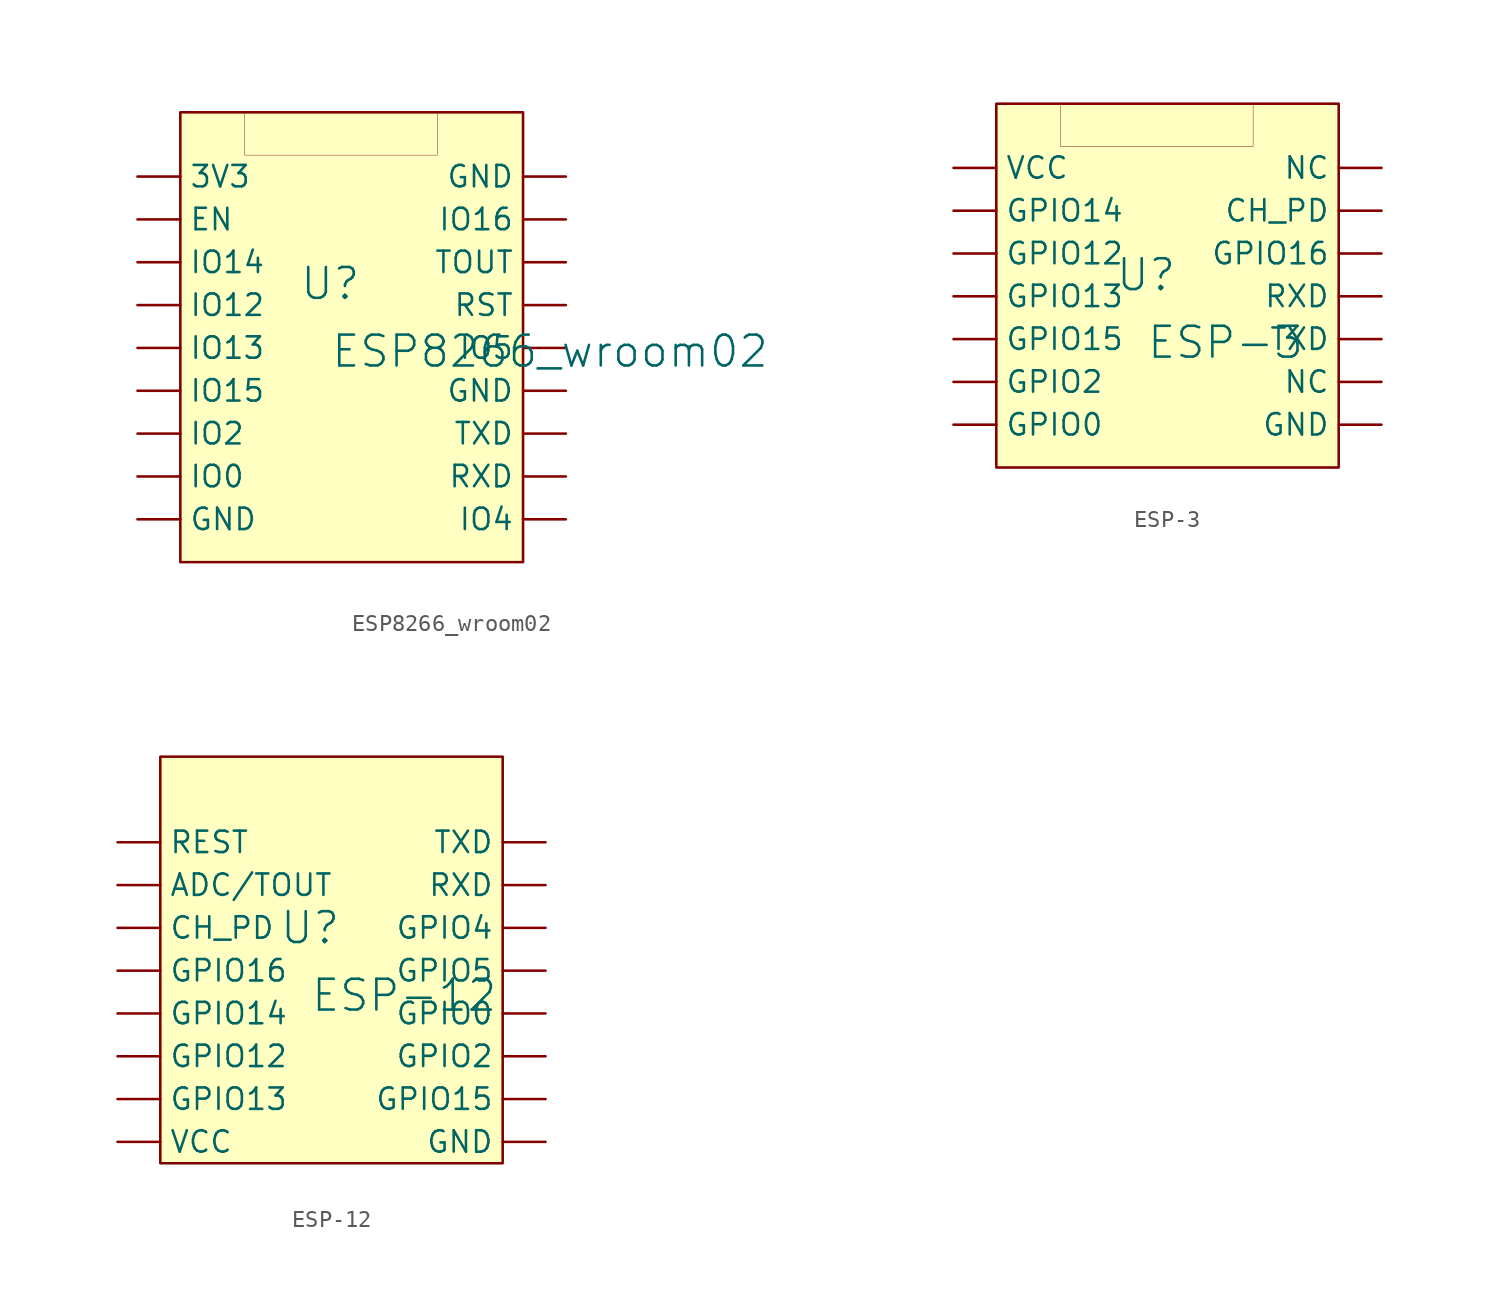
<source format=kicad_sym>
(kicad_symbol_lib
  (version 20241209)
  (generator "kicad_symbol_editor")
  (generator_version "9.0")
  (symbol "ESP8266_wroom02"
    (pin_numbers
      (hide yes))
    (property "Reference" "U"
      (at -1.27 1.27 0)
      (effects (font (size 1.829 1.829))))
    (property "Value" "ESP8266_wroom02"
      (at -1.27 -3.81 0)
      (effects (font (size 1.829 1.829)) (justify left bottom)))
    (symbol "ESP8266_wroom02_1_0"
      (rectangle (start 5.08 11.43) (end -6.35 8.89) (stroke (width 0.025) (type solid) (color 128 0 0 1)) (fill (type color) (color 0 0 180 1)))
      (rectangle (start 10.16 11.43) (end -10.16 -15.24) (stroke (width 0) (type solid) (color 128 0 0 1)) (fill (type background)))
      (pin passive line (at -12.7 7.62 0) (length 2.54) (name "3V3" (effects (font (size 1.27 1.27)))) (number "1" (effects (font (size 1.27 1.27)))))
      (pin passive line (at -12.7 5.08 0) (length 2.54) (name "EN" (effects (font (size 1.27 1.27)))) (number "2" (effects (font (size 1.27 1.27)))))
      (pin passive line (at -12.7 2.54 0) (length 2.54) (name "IO14" (effects (font (size 1.27 1.27)))) (number "3" (effects (font (size 1.27 1.27)))))
      (pin passive line (at -12.7 0 0) (length 2.54) (name "IO12" (effects (font (size 1.27 1.27)))) (number "4" (effects (font (size 1.27 1.27)))))
      (pin passive line (at -12.7 -2.54 0) (length 2.54) (name "IO13" (effects (font (size 1.27 1.27)))) (number "5" (effects (font (size 1.27 1.27)))))
      (pin passive line (at -12.7 -5.08 0) (length 2.54) (name "IO15" (effects (font (size 1.27 1.27)))) (number "6" (effects (font (size 1.27 1.27)))))
      (pin passive line (at -12.7 -7.62 0) (length 2.54) (name "IO2" (effects (font (size 1.27 1.27)))) (number "7" (effects (font (size 1.27 1.27)))))
      (pin passive line (at -12.7 -10.16 0) (length 2.54) (name "IO0" (effects (font (size 1.27 1.27)))) (number "8" (effects (font (size 1.27 1.27)))))
      (pin passive line (at -12.7 -12.7 0) (length 2.54) (name "GND" (effects (font (size 1.27 1.27)))) (number "9" (effects (font (size 1.27 1.27)))))
      (pin passive line (at 12.7 7.62 180) (length 2.54) (name "GND" (effects (font (size 1.27 1.27)))) (number "18" (effects (font (size 1.27 1.27)))))
      (pin passive line (at 12.7 5.08 180) (length 2.54) (name "IO16" (effects (font (size 1.27 1.27)))) (number "17" (effects (font (size 1.27 1.27)))))
      (pin passive line (at 12.7 2.54 180) (length 2.54) (name "TOUT" (effects (font (size 1.27 1.27)))) (number "16" (effects (font (size 1.27 1.27)))))
      (pin passive line (at 12.7 0 180) (length 2.54) (name "RST" (effects (font (size 1.27 1.27)))) (number "15" (effects (font (size 1.27 1.27)))))
      (pin passive line (at 12.7 -2.54 180) (length 2.54) (name "IO5" (effects (font (size 1.27 1.27)))) (number "14" (effects (font (size 1.27 1.27)))))
      (pin passive line (at 12.7 -5.08 180) (length 2.54) (name "GND" (effects (font (size 1.27 1.27)))) (number "13" (effects (font (size 1.27 1.27)))))
      (pin passive line (at 12.7 -7.62 180) (length 2.54) (name "TXD" (effects (font (size 1.27 1.27)))) (number "12" (effects (font (size 1.27 1.27)))))
      (pin passive line (at 12.7 -10.16 180) (length 2.54) (name "RXD" (effects (font (size 1.27 1.27)))) (number "11" (effects (font (size 1.27 1.27)))))
      (pin passive line (at 12.7 -12.7 180) (length 2.54) (name "IO4" (effects (font (size 1.27 1.27)))) (number "10" (effects (font (size 1.27 1.27)))))))
  (symbol "ESP-3"
    (pin_numbers
      (hide yes))
    (property "Reference" "U"
      (at -1.27 1.27 0)
      (effects (font (size 1.829 1.829))))
    (property "Value" "ESP-3"
      (at -1.27 -3.81 0)
      (effects (font (size 1.829 1.829)) (justify left bottom)))
    (symbol "ESP-3_1_0"
      (rectangle (start 5.08 11.43) (end -6.35 8.89) (stroke (width 0.025) (type solid) (color 128 0 0 1)) (fill (type color) (color 255 217 0 1)))
      (rectangle (start 10.16 11.43) (end -10.16 -10.16) (stroke (width 0) (type solid) (color 128 0 0 1)) (fill (type background)))
      (pin passive line (at -12.7 7.62 0) (length 2.54) (name "VCC" (effects (font (size 1.27 1.27)))) (number "1" (effects (font (size 1.27 1.27)))))
      (pin passive line (at -12.7 5.08 0) (length 2.54) (name "GPIO14" (effects (font (size 1.27 1.27)))) (number "2" (effects (font (size 1.27 1.27)))))
      (pin passive line (at -12.7 2.54 0) (length 2.54) (name "GPIO12" (effects (font (size 1.27 1.27)))) (number "3" (effects (font (size 1.27 1.27)))))
      (pin passive line (at -12.7 0 0) (length 2.54) (name "GPIO13" (effects (font (size 1.27 1.27)))) (number "4" (effects (font (size 1.27 1.27)))))
      (pin passive line (at -12.7 -2.54 0) (length 2.54) (name "GPIO15" (effects (font (size 1.27 1.27)))) (number "5" (effects (font (size 1.27 1.27)))))
      (pin passive line (at -12.7 -5.08 0) (length 2.54) (name "GPIO2" (effects (font (size 1.27 1.27)))) (number "6" (effects (font (size 1.27 1.27)))))
      (pin passive line (at -12.7 -7.62 0) (length 2.54) (name "GPIO0" (effects (font (size 1.27 1.27)))) (number "7" (effects (font (size 1.27 1.27)))))
      (pin passive line (at 12.7 7.62 180) (length 2.54) (name "NC" (effects (font (size 1.27 1.27)))) (number "14" (effects (font (size 1.27 1.27)))))
      (pin passive line (at 12.7 5.08 180) (length 2.54) (name "CH_PD" (effects (font (size 1.27 1.27)))) (number "13" (effects (font (size 1.27 1.27)))))
      (pin passive line (at 12.7 2.54 180) (length 2.54) (name "GPIO16" (effects (font (size 1.27 1.27)))) (number "12" (effects (font (size 1.27 1.27)))))
      (pin passive line (at 12.7 0 180) (length 2.54) (name "RXD" (effects (font (size 1.27 1.27)))) (number "11" (effects (font (size 1.27 1.27)))))
      (pin passive line (at 12.7 -2.54 180) (length 2.54) (name "TXD" (effects (font (size 1.27 1.27)))) (number "10" (effects (font (size 1.27 1.27)))))
      (pin passive line (at 12.7 -5.08 180) (length 2.54) (name "NC" (effects (font (size 1.27 1.27)))) (number "9" (effects (font (size 1.27 1.27)))))
      (pin passive line (at 12.7 -7.62 180) (length 2.54) (name "GND" (effects (font (size 1.27 1.27)))) (number "8" (effects (font (size 1.27 1.27)))))))
  (symbol "ESP-12"
    (pin_numbers
      (hide yes))
    (property "Reference" "U"
      (at -1.27 1.27 0)
      (effects (font (size 1.829 1.829))))
    (property "Value" "ESP-12"
      (at -1.27 -3.81 0)
      (effects (font (size 1.829 1.829)) (justify left bottom)))
    (symbol "ESP-12_1_0"
      (rectangle (start 10.16 11.43) (end -10.16 -12.7) (stroke (width 0) (type solid) (color 128 0 0 1)) (fill (type background)))
      (pin passive line (at -12.7 6.35 0) (length 2.54) (name "REST" (effects (font (size 1.27 1.27)))) (number "1" (effects (font (size 1.27 1.27)))))
      (pin passive line (at -12.7 3.81 0) (length 2.54) (name "ADC/TOUT" (effects (font (size 1.27 1.27)))) (number "2" (effects (font (size 1.27 1.27)))))
      (pin passive line (at -12.7 1.27 0) (length 2.54) (name "CH_PD" (effects (font (size 1.27 1.27)))) (number "3" (effects (font (size 1.27 1.27)))))
      (pin passive line (at -12.7 -1.27 0) (length 2.54) (name "GPIO16" (effects (font (size 1.27 1.27)))) (number "4" (effects (font (size 1.27 1.27)))))
      (pin passive line (at -12.7 -3.81 0) (length 2.54) (name "GPIO14" (effects (font (size 1.27 1.27)))) (number "5" (effects (font (size 1.27 1.27)))))
      (pin passive line (at -12.7 -6.35 0) (length 2.54) (name "GPIO12" (effects (font (size 1.27 1.27)))) (number "6" (effects (font (size 1.27 1.27)))))
      (pin passive line (at -12.7 -8.89 0) (length 2.54) (name "GPIO13" (effects (font (size 1.27 1.27)))) (number "7" (effects (font (size 1.27 1.27)))))
      (pin passive line (at -12.7 -11.43 0) (length 2.54) (name "VCC" (effects (font (size 1.27 1.27)))) (number "8" (effects (font (size 1.27 1.27)))))
      (pin passive line (at 12.7 6.35 180) (length 2.54) (name "TXD" (effects (font (size 1.27 1.27)))) (number "16" (effects (font (size 1.27 1.27)))))
      (pin passive line (at 12.7 3.81 180) (length 2.54) (name "RXD" (effects (font (size 1.27 1.27)))) (number "15" (effects (font (size 1.27 1.27)))))
      (pin passive line (at 12.7 1.27 180) (length 2.54) (name "GPIO4" (effects (font (size 1.27 1.27)))) (number "14" (effects (font (size 1.27 1.27)))))
      (pin passive line (at 12.7 -1.27 180) (length 2.54) (name "GPIO5" (effects (font (size 1.27 1.27)))) (number "13" (effects (font (size 1.27 1.27)))))
      (pin passive line (at 12.7 -3.81 180) (length 2.54) (name "GPIO0" (effects (font (size 1.27 1.27)))) (number "12" (effects (font (size 1.27 1.27)))))
      (pin passive line (at 12.7 -6.35 180) (length 2.54) (name "GPIO2" (effects (font (size 1.27 1.27)))) (number "11" (effects (font (size 1.27 1.27)))))
      (pin passive line (at 12.7 -8.89 180) (length 2.54) (name "GPIO15" (effects (font (size 1.27 1.27)))) (number "10" (effects (font (size 1.27 1.27)))))
      (pin passive line (at 12.7 -11.43 180) (length 2.54) (name "GND" (effects (font (size 1.27 1.27)))) (number "9" (effects (font (size 1.27 1.27))))))))
</source>
